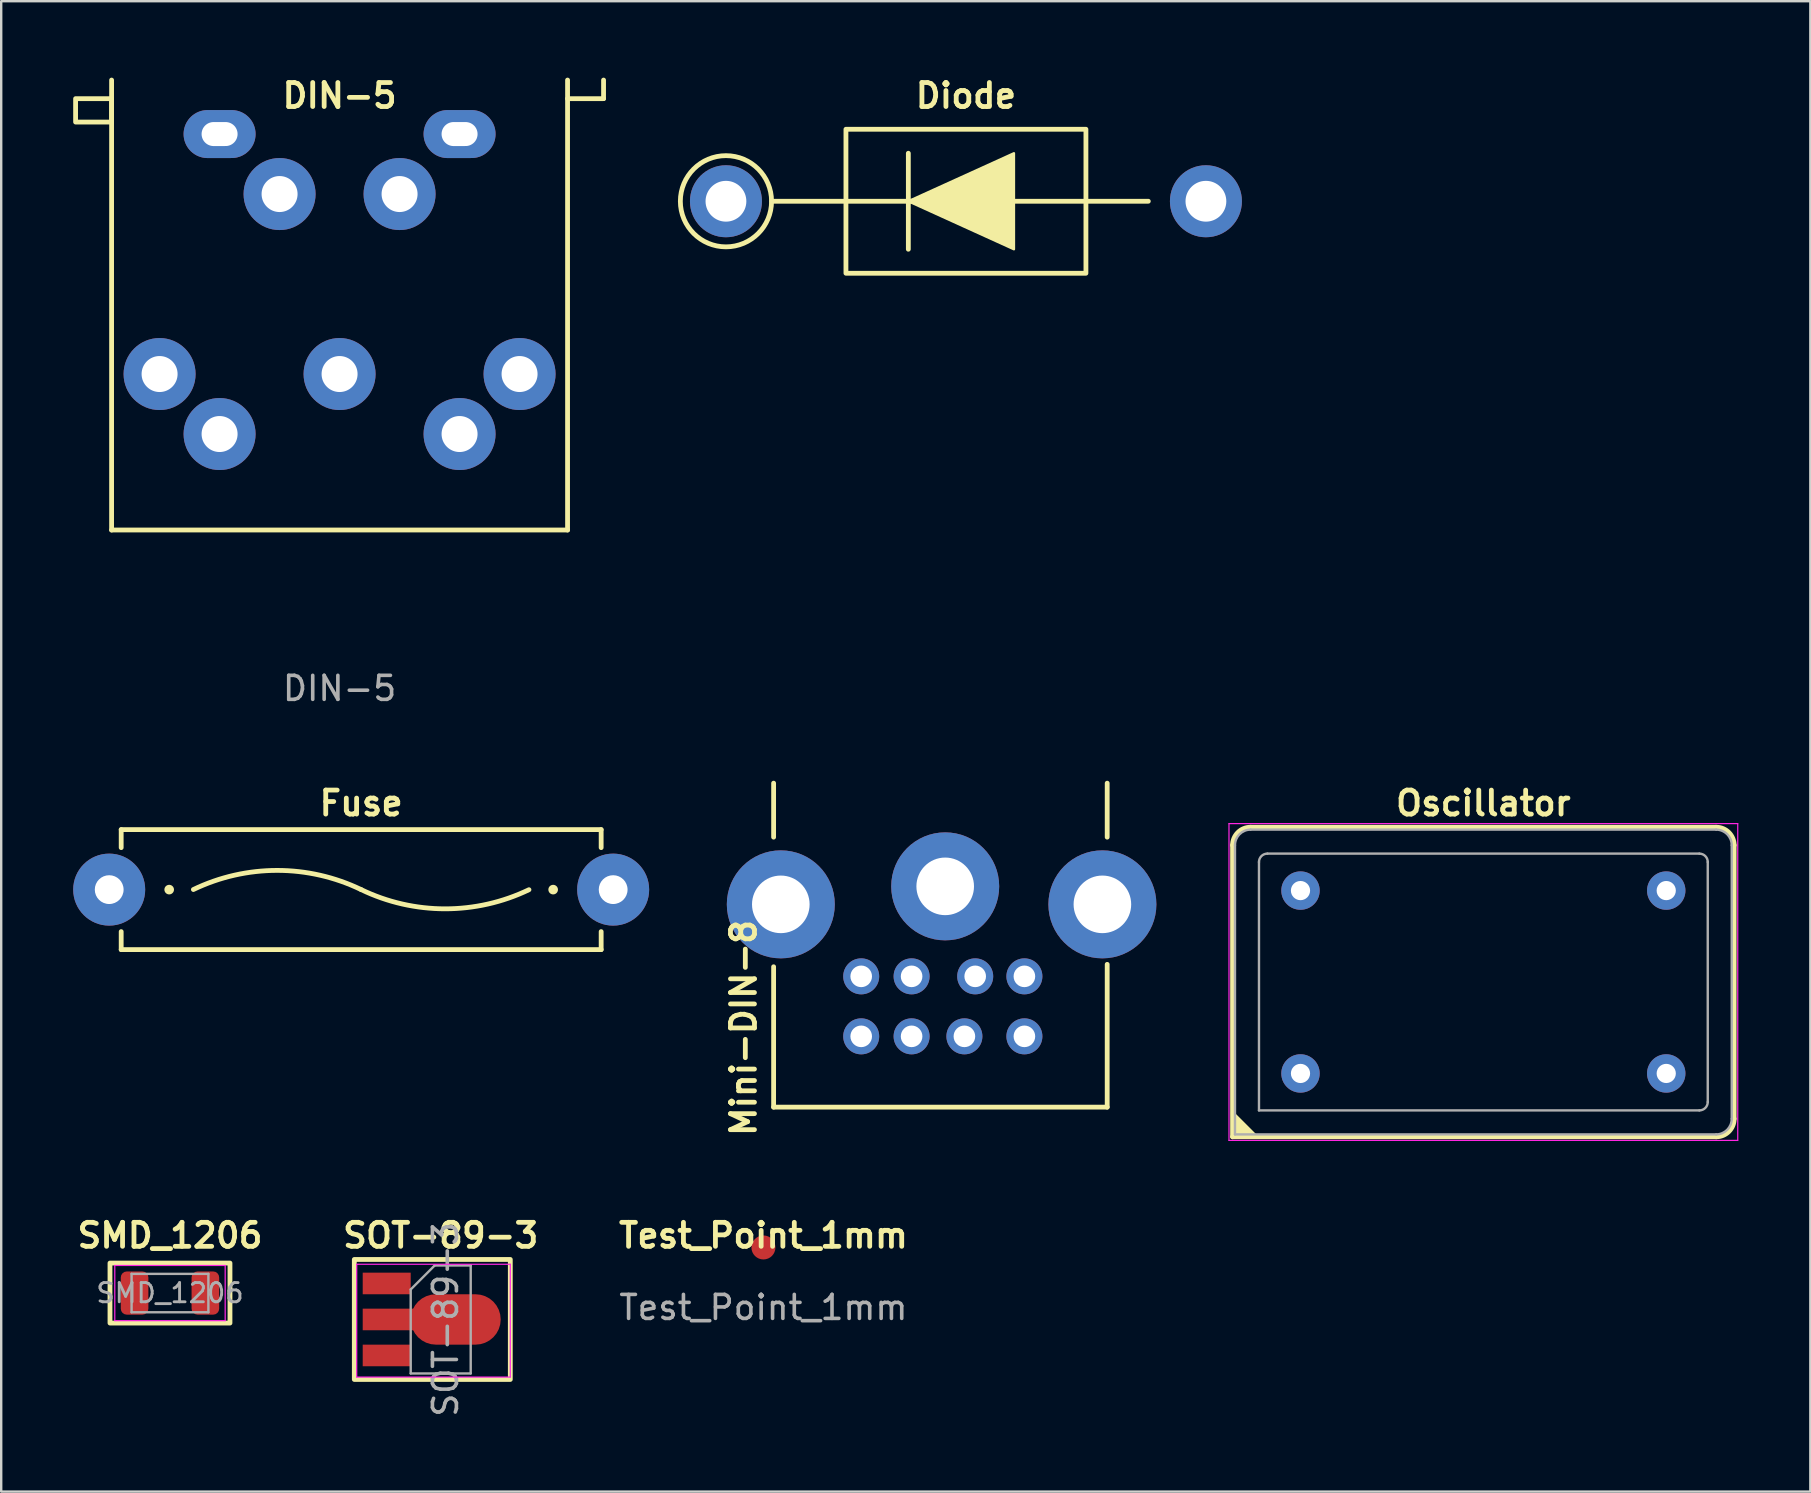
<source format=kicad_pcb>
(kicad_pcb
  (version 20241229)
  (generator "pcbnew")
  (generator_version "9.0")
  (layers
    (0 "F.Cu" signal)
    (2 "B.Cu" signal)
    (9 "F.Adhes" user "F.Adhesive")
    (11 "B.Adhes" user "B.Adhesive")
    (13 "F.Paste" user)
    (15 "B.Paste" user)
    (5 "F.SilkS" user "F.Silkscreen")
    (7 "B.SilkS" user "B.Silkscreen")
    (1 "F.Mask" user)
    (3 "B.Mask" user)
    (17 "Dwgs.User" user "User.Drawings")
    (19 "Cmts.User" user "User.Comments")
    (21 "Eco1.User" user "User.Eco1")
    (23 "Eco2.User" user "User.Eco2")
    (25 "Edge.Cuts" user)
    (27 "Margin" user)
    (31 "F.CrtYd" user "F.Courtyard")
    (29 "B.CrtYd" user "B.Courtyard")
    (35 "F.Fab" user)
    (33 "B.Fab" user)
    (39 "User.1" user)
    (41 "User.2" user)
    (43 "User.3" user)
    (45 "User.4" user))
  (footprint "Test_Point_1mm"
    (layer "F.Cu")
    (at 28.762 48.931)
    (property "Reference" "Test_Point_1mm" (at 0 -0.5 0) (unlocked yes) (layer "F.SilkS") (effects (font (size 1 1) (thickness 0.2) (bold yes))))
    (attr smd)
    (fp_text user "${REFERENCE}" (at 0 2.5 0) (unlocked yes) (layer "F.Fab") (effects (font (size 1 1) (thickness 0.15))))
    (pad "1" smd circle (at 0 0) (size 1 1) (layers "F.Cu" "F.Mask" "F.Paste")))
  (footprint "Oscillator"
    (layer "F.Cu")
    (at 51.141 41.68)
    (property "Reference" "Oscillator" (at 7.62 -11.26 0) (layer "F.SilkS") (effects (font (size 1 1) (thickness 0.2) (bold yes))))
    (attr through_hole)
    (fp_line (start -2.83 -9.51) (end -2.83 2.64) (stroke (width 0.2) (type solid)) (layer "F.SilkS"))
    (fp_line (start -2.83 2.64) (end 17.32 2.64) (stroke (width 0.2) (type solid)) (layer "F.SilkS"))
    (fp_line (start 17.32 -10.26) (end -2.08 -10.26) (stroke (width 0.2) (type solid)) (layer "F.SilkS"))
    (fp_line (start 18.07 1.89) (end 18.07 -9.51) (stroke (width 0.2) (type solid)) (layer "F.SilkS"))
    (fp_arc (start -2.83 -9.51) (mid -2.61033 -10.04033) (end -2.08 -10.26) (stroke (width 0.2) (type solid)) (layer "F.SilkS"))
    (fp_arc (start 17.32 -10.26) (mid 17.85033 -10.04033) (end 18.07 -9.51) (stroke (width 0.2) (type solid)) (layer "F.SilkS"))
    (fp_arc (start 18.07 1.89) (mid 17.85033 2.42033) (end 17.32 2.64) (stroke (width 0.2) (type solid)) (layer "F.SilkS"))
    (fp_poly (pts (xy -2.83 2.64) (xy -2.85 1.6) (xy -1.8 2.65)) (stroke (width 0.1) (type solid)) (fill yes) (layer "F.SilkS"))
    (fp_line (start -2.98 -10.41) (end -2.98 2.79) (stroke (width 0.05) (type solid)) (layer "F.CrtYd"))
    (fp_line (start -2.98 2.79) (end 18.22 2.79) (stroke (width 0.05) (type solid)) (layer "F.CrtYd"))
    (fp_line (start 18.22 -10.41) (end -2.98 -10.41) (stroke (width 0.05) (type solid)) (layer "F.CrtYd"))
    (fp_line (start 18.22 2.79) (end 18.22 -10.41) (stroke (width 0.05) (type solid)) (layer "F.CrtYd"))
    (fp_line (start -2.73 2.54) (end -2.73 -9.51) (stroke (width 0.1) (type solid)) (layer "F.Fab"))
    (fp_line (start -2.73 2.54) (end 17.32 2.54) (stroke (width 0.1) (type solid)) (layer "F.Fab"))
    (fp_line (start -2.08 -10.16) (end 17.32 -10.16) (stroke (width 0.1) (type solid)) (layer "F.Fab"))
    (fp_line (start -1.73 1.54) (end -1.73 -8.81) (stroke (width 0.1) (type solid)) (layer "F.Fab"))
    (fp_line (start -1.73 1.54) (end 16.62 1.54) (stroke (width 0.1) (type solid)) (layer "F.Fab"))
    (fp_line (start -1.38 -9.16) (end 16.62 -9.16) (stroke (width 0.1) (type solid)) (layer "F.Fab"))
    (fp_line (start 16.97 1.19) (end 16.97 -8.81) (stroke (width 0.1) (type solid)) (layer "F.Fab"))
    (fp_line (start 17.97 -9.51) (end 17.97 1.89) (stroke (width 0.1) (type solid)) (layer "F.Fab"))
    (fp_arc (start -2.73 -9.51) (mid -2.539619 -9.969619) (end -2.08 -10.16) (stroke (width 0.1) (type solid)) (layer "F.Fab"))
    (fp_arc (start -1.73 -8.81) (mid -1.627487 -9.057487) (end -1.38 -9.16) (stroke (width 0.1) (type solid)) (layer "F.Fab"))
    (fp_arc (start 16.62 -9.16) (mid 16.867487 -9.057487) (end 16.97 -8.81) (stroke (width 0.1) (type solid)) (layer "F.Fab"))
    (fp_arc (start 16.97 1.19) (mid 16.867487 1.437487) (end 16.62 1.54) (stroke (width 0.1) (type solid)) (layer "F.Fab"))
    (fp_arc (start 17.32 -10.16) (mid 17.779619 -9.969619) (end 17.97 -9.51) (stroke (width 0.1) (type solid)) (layer "F.Fab"))
    (fp_arc (start 17.97 1.89) (mid 17.779619 2.349619) (end 17.32 2.54) (stroke (width 0.1) (type solid)) (layer "F.Fab"))
    (pad "1" thru_hole circle (at 0 0) (size 1.6 1.6) (drill 0.8) (layers "*.Cu" "*.Mask"))
    (pad "7" thru_hole circle (at 15.24 0) (size 1.6 1.6) (drill 0.8) (layers "*.Cu" "*.Mask"))
    (pad "8" thru_hole circle (at 15.24 -7.62) (size 1.6 1.6) (drill 0.8) (layers "*.Cu" "*.Mask"))
    (pad "14" thru_hole circle (at 0 -7.62) (size 1.6 1.6) (drill 0.8) (layers "*.Cu" "*.Mask")))
  (footprint "SMD_1206"
    (layer "F.Cu")
    (at 4.033 50.831)
    (property "Reference" "SMD_1206" (at 0 -2.4 0) (unlocked yes) (layer "F.SilkS") (effects (font (size 1 1) (thickness 0.2) (bold yes))))
    (attr smd)
    (fp_rect (start -2.5 -1.25) (end 2.5 1.25) (stroke (width 0.2) (type default)) (fill no) (layer "F.SilkS"))
    (fp_line (start -2.3 -1.15) (end 2.3 -1.15) (stroke (width 0.05) (type solid)) (layer "F.CrtYd"))
    (fp_line (start -2.3 1.15) (end -2.3 -1.15) (stroke (width 0.05) (type solid)) (layer "F.CrtYd"))
    (fp_line (start 2.3 -1.15) (end 2.3 1.15) (stroke (width 0.05) (type solid)) (layer "F.CrtYd"))
    (fp_line (start 2.3 1.15) (end -2.3 1.15) (stroke (width 0.05) (type solid)) (layer "F.CrtYd"))
    (fp_line (start -1.6 -0.8) (end 1.6 -0.8) (stroke (width 0.1) (type solid)) (layer "F.Fab"))
    (fp_line (start -1.6 0.8) (end -1.6 -0.8) (stroke (width 0.1) (type solid)) (layer "F.Fab"))
    (fp_line (start 1.6 -0.8) (end 1.6 0.8) (stroke (width 0.1) (type solid)) (layer "F.Fab"))
    (fp_line (start 1.6 0.8) (end -1.6 0.8) (stroke (width 0.1) (type solid)) (layer "F.Fab"))
    (fp_text user "${REFERENCE}" (at 0 0 0) (layer "F.Fab") (effects (font (size 0.8 0.8) (thickness 0.12))))
    (pad "1" smd roundrect (at -1.475 0) (size 1.15 1.8) (layers "F.Cu" "F.Mask" "F.Paste") (roundrect_rratio 0.217))
    (pad "2" smd roundrect (at 1.475 0) (size 1.15 1.8) (layers "F.Cu" "F.Mask" "F.Paste") (roundrect_rratio 0.217)))
  (footprint "DIN-5"
    (layer "F.Cu")
    (at 11.1 12.536)
    (property "Reference" "DIN-5" (at 0 -11.6 0) (unlocked yes) (layer "F.SilkS") (effects (font (size 1 1) (thickness 0.2) (bold yes))))
    (attr through_hole)
    (fp_line (start -11 -11.475) (end -11 -10.5) (stroke (width 0.1) (type default)) (layer "F.SilkS"))
    (fp_line (start -9.5 -12.25) (end -9.5 6.5) (stroke (width 0.2) (type default)) (layer "F.SilkS"))
    (fp_line (start -9.5 -11.475) (end -9.5 -12.25) (stroke (width 0.1) (type default)) (layer "F.SilkS"))
    (fp_line (start -9.5 6.5) (end 9.5 6.5) (stroke (width 0.2) (type default)) (layer "F.SilkS"))
    (fp_line (start 9.5 -11.475) (end 11 -11.475) (stroke (width 0.2) (type default)) (layer "F.SilkS"))
    (fp_line (start 9.5 6.5) (end 9.5 -12.25) (stroke (width 0.2) (type default)) (layer "F.SilkS"))
    (fp_line (start 11 -11.475) (end 11 -12.25) (stroke (width 0.2) (type default)) (layer "F.SilkS"))
    (fp_rect (start -11 -11.475) (end -9.5 -10.5) (stroke (width 0.2) (type default)) (fill no) (layer "F.SilkS"))
    (fp_text user "${REFERENCE}" (at 0 13.1 0) (unlocked yes) (layer "F.Fab") (effects (font (size 1 1) (thickness 0.15))))
    (pad "0" thru_hole oval (at -5 -10) (size 3 2) (drill oval 1.5 1) (layers "*.Cu" "*.Mask"))
    (pad "0" thru_hole circle (at -2.5 -7.5) (size 3 3) (drill 1.5) (layers "*.Cu" "*.Mask"))
    (pad "0" thru_hole circle (at 2.5 -7.5) (size 3 3) (drill 1.5) (layers "*.Cu" "*.Mask"))
    (pad "0" thru_hole oval (at 5 -10) (size 3 2) (drill oval 1.5 1) (layers "*.Cu" "*.Mask"))
    (pad "1" thru_hole circle (at -7.5 0) (size 3 3) (drill 1.5) (layers "*.Cu" "*.Mask"))
    (pad "2" thru_hole circle (at 0 0) (size 3 3) (drill 1.5) (layers "*.Cu" "*.Mask"))
    (pad "3" thru_hole circle (at 7.5 0) (size 3 3) (drill 1.5) (layers "*.Cu" "*.Mask"))
    (pad "4" thru_hole circle (at -5 2.5) (size 3 3) (drill 1.5) (layers "*.Cu" "*.Mask"))
    (pad "5" thru_hole circle (at 5 2.5) (size 3 3) (drill 1.5) (layers "*.Cu" "*.Mask")))
  (footprint "SOT-89-3"
    (layer "F.Cu")
    (at 15.314 51.931)
    (property "Reference" "SOT-89-3" (at 0 -3.5 0) (layer "F.SilkS") (effects (font (size 1 1) (thickness 0.2) (bold yes))))
    (attr smd)
    (fp_rect (start -3.6 -2.5) (end 2.9 2.5) (stroke (width 0.2) (type default)) (fill no) (layer "F.SilkS"))
    (fp_line (start -3.5 2.4) (end -3.5 -2.3) (stroke (width 0.05) (type solid)) (layer "F.CrtYd"))
    (fp_line (start -3.5 2.4) (end 2.9 2.4) (stroke (width 0.05) (type solid)) (layer "F.CrtYd"))
    (fp_line (start 2.9 -2.3) (end -3.5 -2.3) (stroke (width 0.05) (type solid)) (layer "F.CrtYd"))
    (fp_line (start 2.9 -2.3) (end 2.9 2.4) (stroke (width 0.05) (type solid)) (layer "F.CrtYd"))
    (fp_line (start -1.25 -1.25) (end -0.25 -2.25) (stroke (width 0.1) (type solid)) (layer "F.Fab"))
    (fp_line (start -1.25 2.25) (end -1.25 -1.25) (stroke (width 0.1) (type solid)) (layer "F.Fab"))
    (fp_line (start -0.25 -2.25) (end 1.25 -2.25) (stroke (width 0.1) (type solid)) (layer "F.Fab"))
    (fp_line (start 1.25 -2.25) (end 1.25 2.25) (stroke (width 0.1) (type solid)) (layer "F.Fab"))
    (fp_line (start 1.25 2.25) (end -1.25 2.25) (stroke (width 0.1) (type solid)) (layer "F.Fab"))
    (fp_text user "${REFERENCE}" (at 0.2 0 90) (layer "F.Fab") (effects (font (size 1 1) (thickness 0.15))))
    (pad "1" smd rect (at -2.25 -1.5) (size 2 0.9) (layers "F.Cu" "F.Mask" "F.Paste"))
    (pad "2" smd rect (at -2 0) (size 2.5 0.9) (layers "F.Cu" "F.Mask" "F.Paste"))
    (pad "2" smd roundrect (at 0.625 0) (size 3.75 2.1) (layers "F.Cu" "F.Mask" "F.Paste") (roundrect_rratio 0.5))
    (pad "3" smd rect (at -2.25 1.5) (size 2 0.9) (layers "F.Cu" "F.Mask" "F.Paste")))
  (footprint "Mini-DIN-8"
    (layer "F.Cu")
    (at 32.836 40.134)
    (property "Reference" "Mini-DIN-8" (at -4.9 -0.35 90) (unlocked yes) (layer "F.SilkS") (effects (font (size 1 1) (thickness 0.2))))
    (attr through_hole)
    (fp_line (start -3.65 -10.55) (end -3.65 -8.3) (stroke (width 0.2) (type default)) (layer "F.SilkS"))
    (fp_line (start -3.65 2.95) (end -3.65 -2.9) (stroke (width 0.2) (type default)) (layer "F.SilkS"))
    (fp_line (start -3.65 2.95) (end 10.25 2.95) (stroke (width 0.2) (type default)) (layer "F.SilkS"))
    (fp_line (start 10.25 -10.55) (end 10.25 -8.3) (stroke (width 0.2) (type default)) (layer "F.SilkS"))
    (fp_line (start 10.25 2.95) (end 10.25 -3) (stroke (width 0.2) (type default)) (layer "F.SilkS"))
    (pad "0" thru_hole circle (at -3.35 -5.5) (size 4.5 4.5) (drill 2.4) (layers "*.Cu" "*.Mask"))
    (pad "0" thru_hole circle (at 3.5 -6.25) (size 4.5 4.5) (drill 2.4) (layers "*.Cu" "*.Mask"))
    (pad "0" thru_hole circle (at 10.05 -5.5) (size 4.5 4.5) (drill 2.4) (layers "*.Cu" "*.Mask"))
    (pad "1" thru_hole circle (at 2.1 -2.5 180) (size 1.5 1.5) (drill 0.9) (layers "*.Cu" "*.Mask"))
    (pad "2" thru_hole circle (at 4.75 -2.5 180) (size 1.5 1.5) (drill 0.9) (layers "*.Cu" "*.Mask"))
    (pad "3" thru_hole circle (at 0 -2.5 180) (size 1.5 1.5) (drill 0.9) (layers "*.Cu" "*.Mask"))
    (pad "4" thru_hole circle (at 2.1 0 180) (size 1.5 1.5) (drill 0.9) (layers "*.Cu" "*.Mask"))
    (pad "5" thru_hole circle (at 6.8 -2.5 180) (size 1.5 1.5) (drill 0.9) (layers "*.Cu" "*.Mask"))
    (pad "6" thru_hole circle (at 0 0 180) (size 1.5 1.5) (drill 0.9) (layers "*.Cu" "*.Mask"))
    (pad "7" thru_hole circle (at 4.3 0 180) (size 1.5 1.5) (drill 0.9) (layers "*.Cu" "*.Mask"))
    (pad "8" thru_hole circle (at 6.8 0 180) (size 1.5 1.5) (drill 0.9) (layers "*.Cu" "*.Mask")))
  (footprint "Fuse"
    (layer "F.Cu")
    (at 12 34.02)
    (property "Reference" "Fuse" (at 0 -3.6 0) (unlocked yes) (layer "F.SilkS") (effects (font (size 1 1) (thickness 0.2))))
    (attr through_hole)
    (fp_line (start -10 -2.5) (end -10 -1.75) (stroke (width 0.2) (type default)) (layer "F.SilkS"))
    (fp_line (start -10 -2.5) (end 10 -2.5) (stroke (width 0.2) (type default)) (layer "F.SilkS"))
    (fp_line (start -10 2.5) (end -10 1.75) (stroke (width 0.2) (type default)) (layer "F.SilkS"))
    (fp_line (start 10 -2.5) (end 10 -1.75) (stroke (width 0.2) (type default)) (layer "F.SilkS"))
    (fp_line (start 10 2.5) (end -10 2.5) (stroke (width 0.2) (type default)) (layer "F.SilkS"))
    (fp_line (start 10 2.5) (end 10 1.75) (stroke (width 0.2) (type default)) (layer "F.SilkS"))
    (fp_arc (start -6.991833 -0.003937) (mid -3.495467 -0.80062) (end 0 0) (stroke (width 0.2) (type default)) (layer "F.SilkS"))
    (fp_arc (start 6.991833 0.003937) (mid 3.495467 0.80062) (end 0 0) (stroke (width 0.2) (type default)) (layer "F.SilkS"))
    (fp_circle (center -8 0) (end -7.9 0) (stroke (width 0.2) (type solid)) (fill yes) (layer "F.SilkS"))
    (fp_circle (center 8 0) (end 8.1 0) (stroke (width 0.2) (type solid)) (fill yes) (layer "F.SilkS"))
    (pad "1" thru_hole circle (at -10.5 0) (size 3 3) (drill 1.2) (layers "*.Cu" "*.Mask"))
    (pad "2" thru_hole circle (at 10.5 0) (size 3 3) (drill 1.2) (layers "*.Cu" "*.Mask")))
  (footprint "Diode"
    (layer "F.Cu")
    (at 37.2 5.336)
    (property "Reference" "Diode" (at 0 -4.4 0) (unlocked yes) (layer "F.SilkS") (effects (font (size 1 1) (thickness 0.2))))
    (attr through_hole)
    (fp_line (start -2.4 2) (end -2.4 -2) (stroke (width 0.2) (type default)) (layer "F.SilkS"))
    (fp_line (start 7.6 0) (end -8.1 0) (stroke (width 0.2) (type default)) (layer "F.SilkS"))
    (fp_rect (start -5 -3) (end 5 3) (stroke (width 0.2) (type default)) (fill no) (layer "F.SilkS"))
    (fp_circle (center -10 0) (end -8.1 0) (stroke (width 0.2) (type default)) (fill no) (layer "F.SilkS"))
    (fp_poly (pts (xy -2.4 0) (xy 2 -2) (xy 2 2)) (stroke (width 0.1) (type solid)) (fill yes) (layer "F.SilkS"))
    (pad "1" thru_hole circle (at -10 0) (size 3 3) (drill 1.7) (layers "*.Cu" "*.Mask"))
    (pad "2" thru_hole circle (at 10 0) (size 3 3) (drill 1.7) (layers "*.Cu" "*.Mask")))
  (gr_rect
    (start -3 -3)
    (end 72.386 59.104)
    (stroke (width 0.1) (type default))
    (fill no)
    (layer "Edge.Cuts")))
</source>
